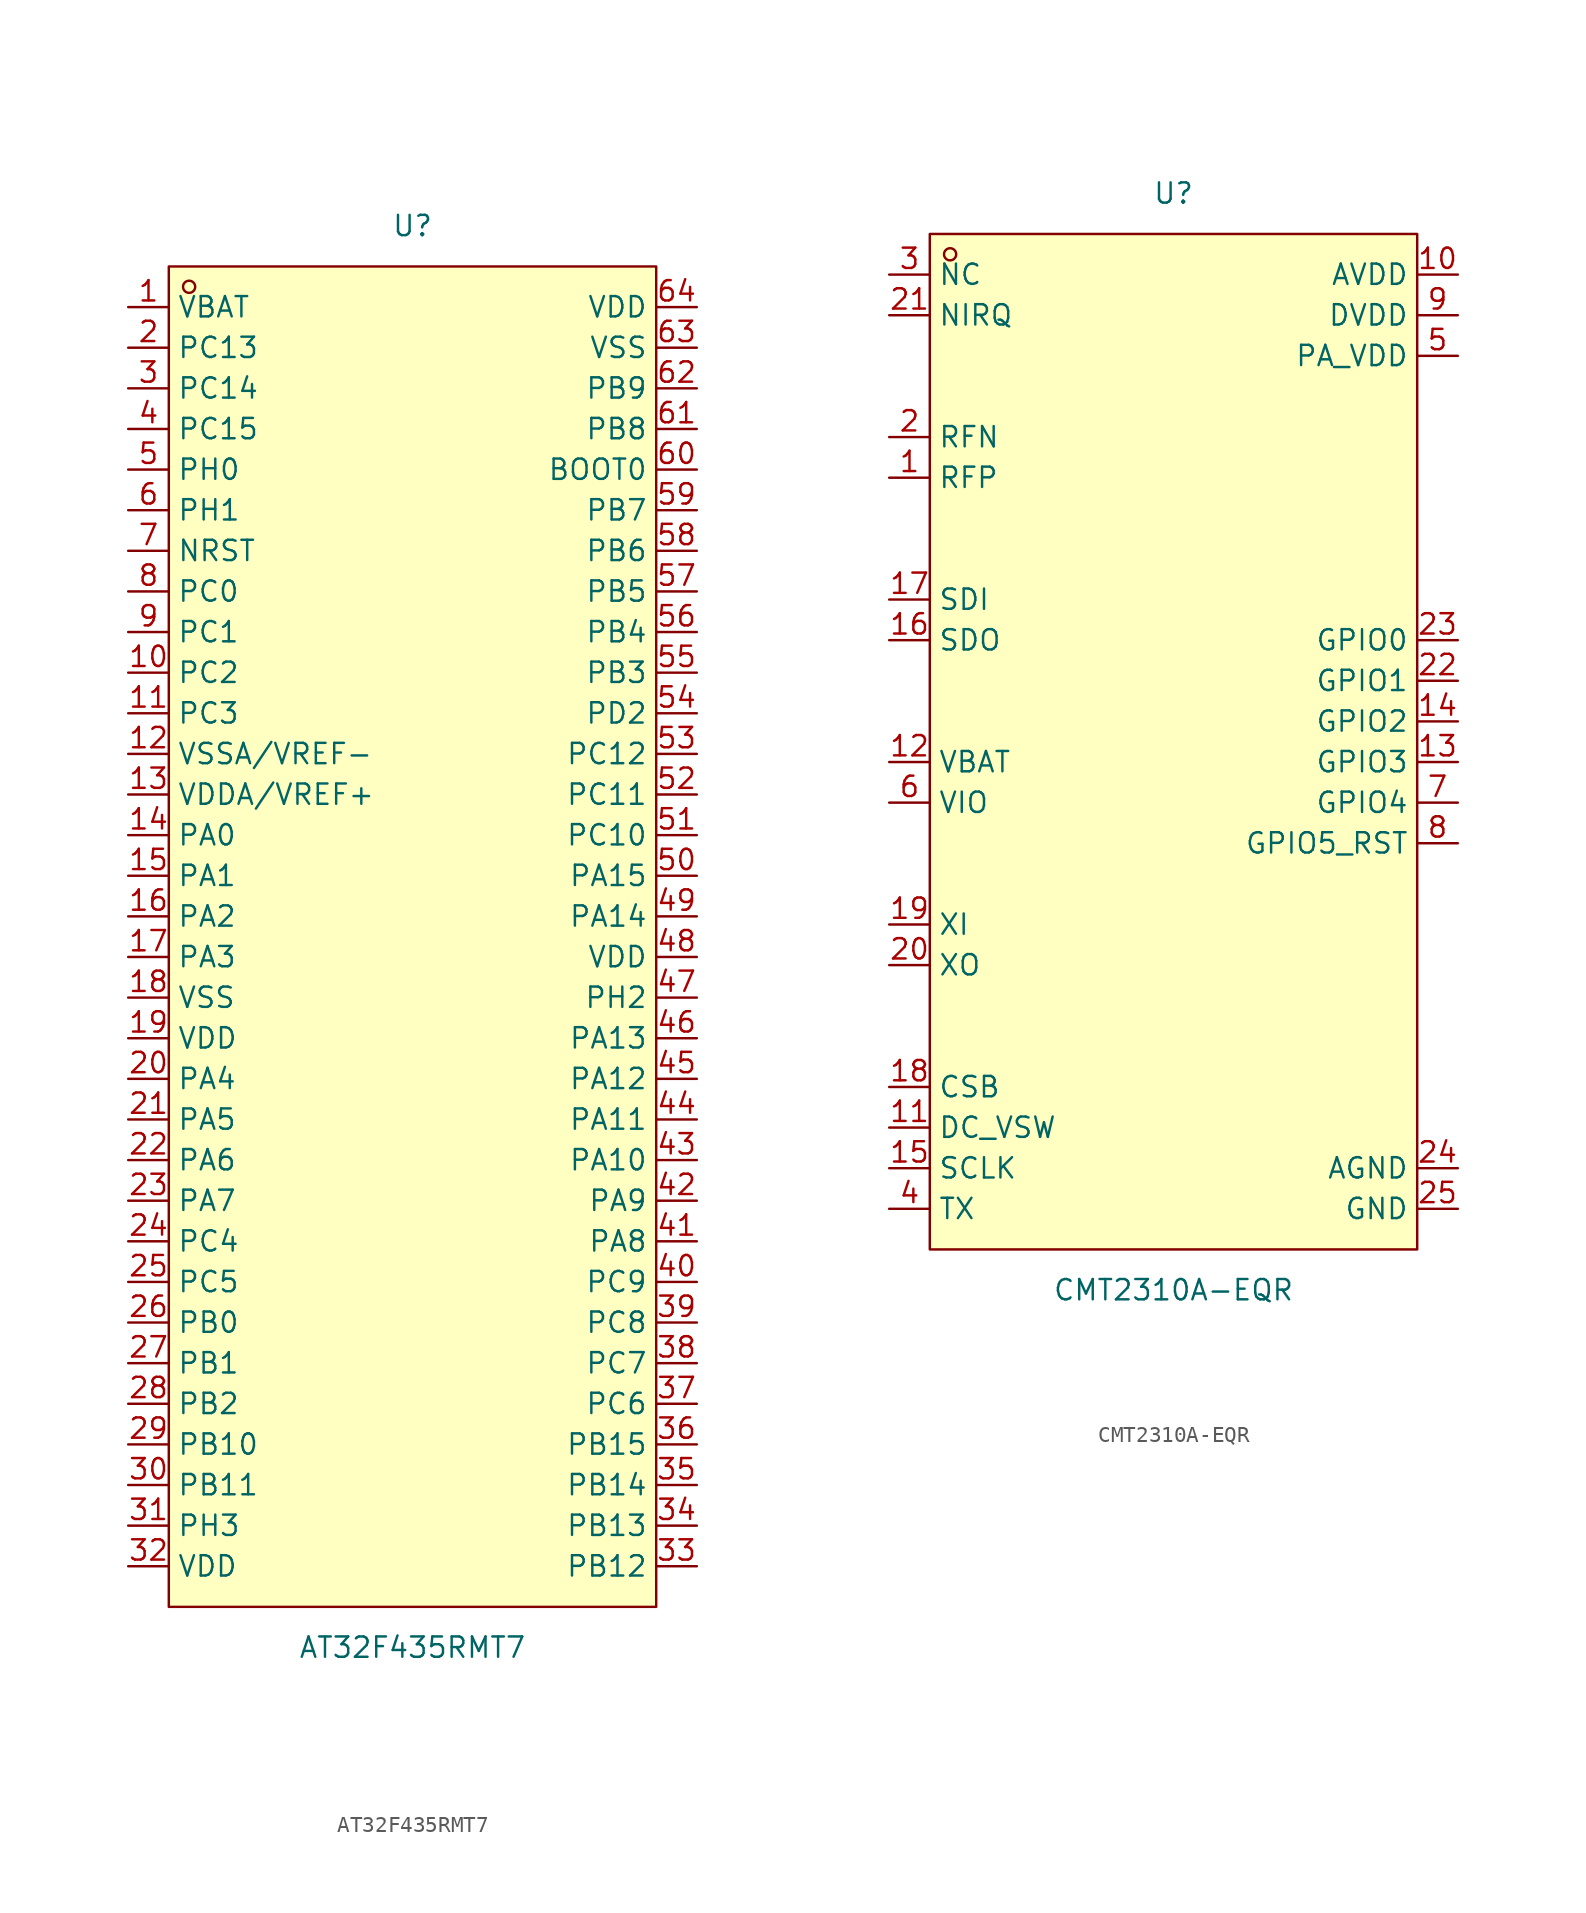
<source format=kicad_sym>
(kicad_symbol_lib
  (version 20241209)
  (generator "kicad_symbol_editor")
  (generator_version "9.0")
  (symbol "AT32F435RMT7"
    (property "Reference" "U"
      (at 0 44.45 0)
      (effects (font (size 1.27 1.27))))
    (property "Value" "AT32F435RMT7"
      (at 0 -44.45 0)
      (effects (font (size 1.27 1.27))))
    (symbol "AT32F435RMT7_0_1"
      (rectangle (start -15.24 41.91) (end 15.24 -41.91) (stroke (width 0) (type default)) (fill (type background)))
      (circle (center -13.97 40.64) (radius 0.38) (stroke (width 0) (type default)) (fill (type none)))
      (pin unspecified line (at -17.78 39.37 0) (length 2.54) (name "VBAT" (effects (font (size 1.27 1.27)))) (number "1" (effects (font (size 1.27 1.27)))))
      (pin unspecified line (at -17.78 36.83 0) (length 2.54) (name "PC13" (effects (font (size 1.27 1.27)))) (number "2" (effects (font (size 1.27 1.27)))))
      (pin unspecified line (at -17.78 34.29 0) (length 2.54) (name "PC14" (effects (font (size 1.27 1.27)))) (number "3" (effects (font (size 1.27 1.27)))))
      (pin unspecified line (at -17.78 31.75 0) (length 2.54) (name "PC15" (effects (font (size 1.27 1.27)))) (number "4" (effects (font (size 1.27 1.27)))))
      (pin unspecified line (at -17.78 29.21 0) (length 2.54) (name "PH0" (effects (font (size 1.27 1.27)))) (number "5" (effects (font (size 1.27 1.27)))))
      (pin unspecified line (at -17.78 26.67 0) (length 2.54) (name "PH1" (effects (font (size 1.27 1.27)))) (number "6" (effects (font (size 1.27 1.27)))))
      (pin unspecified line (at -17.78 24.13 0) (length 2.54) (name "NRST" (effects (font (size 1.27 1.27)))) (number "7" (effects (font (size 1.27 1.27)))))
      (pin unspecified line (at -17.78 21.59 0) (length 2.54) (name "PC0" (effects (font (size 1.27 1.27)))) (number "8" (effects (font (size 1.27 1.27)))))
      (pin unspecified line (at -17.78 19.05 0) (length 2.54) (name "PC1" (effects (font (size 1.27 1.27)))) (number "9" (effects (font (size 1.27 1.27)))))
      (pin unspecified line (at -17.78 16.51 0) (length 2.54) (name "PC2" (effects (font (size 1.27 1.27)))) (number "10" (effects (font (size 1.27 1.27)))))
      (pin unspecified line (at -17.78 13.97 0) (length 2.54) (name "PC3" (effects (font (size 1.27 1.27)))) (number "11" (effects (font (size 1.27 1.27)))))
      (pin unspecified line (at -17.78 11.43 0) (length 2.54) (name "VSSA/VREF-" (effects (font (size 1.27 1.27)))) (number "12" (effects (font (size 1.27 1.27)))))
      (pin unspecified line (at -17.78 8.89 0) (length 2.54) (name "VDDA/VREF+" (effects (font (size 1.27 1.27)))) (number "13" (effects (font (size 1.27 1.27)))))
      (pin unspecified line (at -17.78 6.35 0) (length 2.54) (name "PA0" (effects (font (size 1.27 1.27)))) (number "14" (effects (font (size 1.27 1.27)))))
      (pin unspecified line (at -17.78 3.81 0) (length 2.54) (name "PA1" (effects (font (size 1.27 1.27)))) (number "15" (effects (font (size 1.27 1.27)))))
      (pin unspecified line (at -17.78 1.27 0) (length 2.54) (name "PA2" (effects (font (size 1.27 1.27)))) (number "16" (effects (font (size 1.27 1.27)))))
      (pin unspecified line (at -17.78 -1.27 0) (length 2.54) (name "PA3" (effects (font (size 1.27 1.27)))) (number "17" (effects (font (size 1.27 1.27)))))
      (pin unspecified line (at -17.78 -3.81 0) (length 2.54) (name "VSS" (effects (font (size 1.27 1.27)))) (number "18" (effects (font (size 1.27 1.27)))))
      (pin unspecified line (at -17.78 -6.35 0) (length 2.54) (name "VDD" (effects (font (size 1.27 1.27)))) (number "19" (effects (font (size 1.27 1.27)))))
      (pin unspecified line (at -17.78 -8.89 0) (length 2.54) (name "PA4" (effects (font (size 1.27 1.27)))) (number "20" (effects (font (size 1.27 1.27)))))
      (pin unspecified line (at -17.78 -11.43 0) (length 2.54) (name "PA5" (effects (font (size 1.27 1.27)))) (number "21" (effects (font (size 1.27 1.27)))))
      (pin unspecified line (at -17.78 -13.97 0) (length 2.54) (name "PA6" (effects (font (size 1.27 1.27)))) (number "22" (effects (font (size 1.27 1.27)))))
      (pin unspecified line (at -17.78 -16.51 0) (length 2.54) (name "PA7" (effects (font (size 1.27 1.27)))) (number "23" (effects (font (size 1.27 1.27)))))
      (pin unspecified line (at -17.78 -19.05 0) (length 2.54) (name "PC4" (effects (font (size 1.27 1.27)))) (number "24" (effects (font (size 1.27 1.27)))))
      (pin unspecified line (at -17.78 -21.59 0) (length 2.54) (name "PC5" (effects (font (size 1.27 1.27)))) (number "25" (effects (font (size 1.27 1.27)))))
      (pin unspecified line (at -17.78 -24.13 0) (length 2.54) (name "PB0" (effects (font (size 1.27 1.27)))) (number "26" (effects (font (size 1.27 1.27)))))
      (pin unspecified line (at -17.78 -26.67 0) (length 2.54) (name "PB1" (effects (font (size 1.27 1.27)))) (number "27" (effects (font (size 1.27 1.27)))))
      (pin unspecified line (at -17.78 -29.21 0) (length 2.54) (name "PB2" (effects (font (size 1.27 1.27)))) (number "28" (effects (font (size 1.27 1.27)))))
      (pin unspecified line (at -17.78 -31.75 0) (length 2.54) (name "PB10" (effects (font (size 1.27 1.27)))) (number "29" (effects (font (size 1.27 1.27)))))
      (pin unspecified line (at -17.78 -34.29 0) (length 2.54) (name "PB11" (effects (font (size 1.27 1.27)))) (number "30" (effects (font (size 1.27 1.27)))))
      (pin unspecified line (at -17.78 -36.83 0) (length 2.54) (name "PH3" (effects (font (size 1.27 1.27)))) (number "31" (effects (font (size 1.27 1.27)))))
      (pin unspecified line (at -17.78 -39.37 0) (length 2.54) (name "VDD" (effects (font (size 1.27 1.27)))) (number "32" (effects (font (size 1.27 1.27)))))
      (pin unspecified line (at 17.78 39.37 180) (length 2.54) (name "VDD" (effects (font (size 1.27 1.27)))) (number "64" (effects (font (size 1.27 1.27)))))
      (pin unspecified line (at 17.78 36.83 180) (length 2.54) (name "VSS" (effects (font (size 1.27 1.27)))) (number "63" (effects (font (size 1.27 1.27)))))
      (pin unspecified line (at 17.78 34.29 180) (length 2.54) (name "PB9" (effects (font (size 1.27 1.27)))) (number "62" (effects (font (size 1.27 1.27)))))
      (pin unspecified line (at 17.78 31.75 180) (length 2.54) (name "PB8" (effects (font (size 1.27 1.27)))) (number "61" (effects (font (size 1.27 1.27)))))
      (pin unspecified line (at 17.78 29.21 180) (length 2.54) (name "BOOT0" (effects (font (size 1.27 1.27)))) (number "60" (effects (font (size 1.27 1.27)))))
      (pin unspecified line (at 17.78 26.67 180) (length 2.54) (name "PB7" (effects (font (size 1.27 1.27)))) (number "59" (effects (font (size 1.27 1.27)))))
      (pin unspecified line (at 17.78 24.13 180) (length 2.54) (name "PB6" (effects (font (size 1.27 1.27)))) (number "58" (effects (font (size 1.27 1.27)))))
      (pin unspecified line (at 17.78 21.59 180) (length 2.54) (name "PB5" (effects (font (size 1.27 1.27)))) (number "57" (effects (font (size 1.27 1.27)))))
      (pin unspecified line (at 17.78 19.05 180) (length 2.54) (name "PB4" (effects (font (size 1.27 1.27)))) (number "56" (effects (font (size 1.27 1.27)))))
      (pin unspecified line (at 17.78 16.51 180) (length 2.54) (name "PB3" (effects (font (size 1.27 1.27)))) (number "55" (effects (font (size 1.27 1.27)))))
      (pin unspecified line (at 17.78 13.97 180) (length 2.54) (name "PD2" (effects (font (size 1.27 1.27)))) (number "54" (effects (font (size 1.27 1.27)))))
      (pin unspecified line (at 17.78 11.43 180) (length 2.54) (name "PC12" (effects (font (size 1.27 1.27)))) (number "53" (effects (font (size 1.27 1.27)))))
      (pin unspecified line (at 17.78 8.89 180) (length 2.54) (name "PC11" (effects (font (size 1.27 1.27)))) (number "52" (effects (font (size 1.27 1.27)))))
      (pin unspecified line (at 17.78 6.35 180) (length 2.54) (name "PC10" (effects (font (size 1.27 1.27)))) (number "51" (effects (font (size 1.27 1.27)))))
      (pin unspecified line (at 17.78 3.81 180) (length 2.54) (name "PA15" (effects (font (size 1.27 1.27)))) (number "50" (effects (font (size 1.27 1.27)))))
      (pin unspecified line (at 17.78 1.27 180) (length 2.54) (name "PA14" (effects (font (size 1.27 1.27)))) (number "49" (effects (font (size 1.27 1.27)))))
      (pin unspecified line (at 17.78 -1.27 180) (length 2.54) (name "VDD" (effects (font (size 1.27 1.27)))) (number "48" (effects (font (size 1.27 1.27)))))
      (pin unspecified line (at 17.78 -3.81 180) (length 2.54) (name "PH2" (effects (font (size 1.27 1.27)))) (number "47" (effects (font (size 1.27 1.27)))))
      (pin unspecified line (at 17.78 -6.35 180) (length 2.54) (name "PA13" (effects (font (size 1.27 1.27)))) (number "46" (effects (font (size 1.27 1.27)))))
      (pin unspecified line (at 17.78 -8.89 180) (length 2.54) (name "PA12" (effects (font (size 1.27 1.27)))) (number "45" (effects (font (size 1.27 1.27)))))
      (pin unspecified line (at 17.78 -11.43 180) (length 2.54) (name "PA11" (effects (font (size 1.27 1.27)))) (number "44" (effects (font (size 1.27 1.27)))))
      (pin unspecified line (at 17.78 -13.97 180) (length 2.54) (name "PA10" (effects (font (size 1.27 1.27)))) (number "43" (effects (font (size 1.27 1.27)))))
      (pin unspecified line (at 17.78 -16.51 180) (length 2.54) (name "PA9" (effects (font (size 1.27 1.27)))) (number "42" (effects (font (size 1.27 1.27)))))
      (pin unspecified line (at 17.78 -19.05 180) (length 2.54) (name "PA8" (effects (font (size 1.27 1.27)))) (number "41" (effects (font (size 1.27 1.27)))))
      (pin unspecified line (at 17.78 -21.59 180) (length 2.54) (name "PC9" (effects (font (size 1.27 1.27)))) (number "40" (effects (font (size 1.27 1.27)))))
      (pin unspecified line (at 17.78 -24.13 180) (length 2.54) (name "PC8" (effects (font (size 1.27 1.27)))) (number "39" (effects (font (size 1.27 1.27)))))
      (pin unspecified line (at 17.78 -26.67 180) (length 2.54) (name "PC7" (effects (font (size 1.27 1.27)))) (number "38" (effects (font (size 1.27 1.27)))))
      (pin unspecified line (at 17.78 -29.21 180) (length 2.54) (name "PC6" (effects (font (size 1.27 1.27)))) (number "37" (effects (font (size 1.27 1.27)))))
      (pin unspecified line (at 17.78 -31.75 180) (length 2.54) (name "PB15" (effects (font (size 1.27 1.27)))) (number "36" (effects (font (size 1.27 1.27)))))
      (pin unspecified line (at 17.78 -34.29 180) (length 2.54) (name "PB14" (effects (font (size 1.27 1.27)))) (number "35" (effects (font (size 1.27 1.27)))))
      (pin unspecified line (at 17.78 -36.83 180) (length 2.54) (name "PB13" (effects (font (size 1.27 1.27)))) (number "34" (effects (font (size 1.27 1.27)))))
      (pin unspecified line (at 17.78 -39.37 180) (length 2.54) (name "PB12" (effects (font (size 1.27 1.27)))) (number "33" (effects (font (size 1.27 1.27)))))))
  (symbol "CMT2310A-EQR"
    (property "Reference" "U"
      (at 0 34.29 0)
      (effects (font (size 1.27 1.27))))
    (property "Value" "CMT2310A-EQR"
      (at 0 -34.29 0)
      (effects (font (size 1.27 1.27))))
    (symbol "CMT2310A-EQR_0_1"
      (rectangle (start -15.24 31.75) (end 15.24 -31.75) (stroke (width 0) (type default)) (fill (type background)))
      (circle (center -13.97 30.48) (radius 0.38) (stroke (width 0) (type default)) (fill (type none)))
      (pin unspecified line (at -17.78 29.21 0) (length 2.54) (name "NC" (effects (font (size 1.27 1.27)))) (number "3" (effects (font (size 1.27 1.27)))))
      (pin unspecified line (at -17.78 26.67 0) (length 2.54) (name "NIRQ" (effects (font (size 1.27 1.27)))) (number "21" (effects (font (size 1.27 1.27)))))
      (pin unspecified line (at -17.78 19.05 0) (length 2.54) (name "RFN" (effects (font (size 1.27 1.27)))) (number "2" (effects (font (size 1.27 1.27)))))
      (pin unspecified line (at -17.78 16.51 0) (length 2.54) (name "RFP" (effects (font (size 1.27 1.27)))) (number "1" (effects (font (size 1.27 1.27)))))
      (pin unspecified line (at -17.78 8.89 0) (length 2.54) (name "SDI" (effects (font (size 1.27 1.27)))) (number "17" (effects (font (size 1.27 1.27)))))
      (pin unspecified line (at -17.78 6.35 0) (length 2.54) (name "SDO" (effects (font (size 1.27 1.27)))) (number "16" (effects (font (size 1.27 1.27)))))
      (pin unspecified line (at -17.78 -1.27 0) (length 2.54) (name "VBAT" (effects (font (size 1.27 1.27)))) (number "12" (effects (font (size 1.27 1.27)))))
      (pin unspecified line (at -17.78 -3.81 0) (length 2.54) (name "VIO" (effects (font (size 1.27 1.27)))) (number "6" (effects (font (size 1.27 1.27)))))
      (pin unspecified line (at -17.78 -11.43 0) (length 2.54) (name "XI" (effects (font (size 1.27 1.27)))) (number "19" (effects (font (size 1.27 1.27)))))
      (pin unspecified line (at -17.78 -13.97 0) (length 2.54) (name "XO" (effects (font (size 1.27 1.27)))) (number "20" (effects (font (size 1.27 1.27)))))
      (pin unspecified line (at -17.78 -21.59 0) (length 2.54) (name "CSB" (effects (font (size 1.27 1.27)))) (number "18" (effects (font (size 1.27 1.27)))))
      (pin unspecified line (at -17.78 -24.13 0) (length 2.54) (name "DC_VSW" (effects (font (size 1.27 1.27)))) (number "11" (effects (font (size 1.27 1.27)))))
      (pin unspecified line (at -17.78 -26.67 0) (length 2.54) (name "SCLK" (effects (font (size 1.27 1.27)))) (number "15" (effects (font (size 1.27 1.27)))))
      (pin unspecified line (at -17.78 -29.21 0) (length 2.54) (name "TX" (effects (font (size 1.27 1.27)))) (number "4" (effects (font (size 1.27 1.27)))))
      (pin unspecified line (at 17.78 29.21 180) (length 2.54) (name "AVDD" (effects (font (size 1.27 1.27)))) (number "10" (effects (font (size 1.27 1.27)))))
      (pin unspecified line (at 17.78 26.67 180) (length 2.54) (name "DVDD" (effects (font (size 1.27 1.27)))) (number "9" (effects (font (size 1.27 1.27)))))
      (pin unspecified line (at 17.78 24.13 180) (length 2.54) (name "PA_VDD" (effects (font (size 1.27 1.27)))) (number "5" (effects (font (size 1.27 1.27)))))
      (pin unspecified line (at 17.78 6.35 180) (length 2.54) (name "GPIO0" (effects (font (size 1.27 1.27)))) (number "23" (effects (font (size 1.27 1.27)))))
      (pin unspecified line (at 17.78 3.81 180) (length 2.54) (name "GPIO1" (effects (font (size 1.27 1.27)))) (number "22" (effects (font (size 1.27 1.27)))))
      (pin unspecified line (at 17.78 1.27 180) (length 2.54) (name "GPIO2" (effects (font (size 1.27 1.27)))) (number "14" (effects (font (size 1.27 1.27)))))
      (pin unspecified line (at 17.78 -1.27 180) (length 2.54) (name "GPIO3" (effects (font (size 1.27 1.27)))) (number "13" (effects (font (size 1.27 1.27)))))
      (pin unspecified line (at 17.78 -3.81 180) (length 2.54) (name "GPIO4" (effects (font (size 1.27 1.27)))) (number "7" (effects (font (size 1.27 1.27)))))
      (pin unspecified line (at 17.78 -6.35 180) (length 2.54) (name "GPIO5_RST" (effects (font (size 1.27 1.27)))) (number "8" (effects (font (size 1.27 1.27)))))
      (pin unspecified line (at 17.78 -26.67 180) (length 2.54) (name "AGND" (effects (font (size 1.27 1.27)))) (number "24" (effects (font (size 1.27 1.27)))))
      (pin unspecified line (at 17.78 -29.21 180) (length 2.54) (name "GND" (effects (font (size 1.27 1.27)))) (number "25" (effects (font (size 1.27 1.27))))))))
</source>
